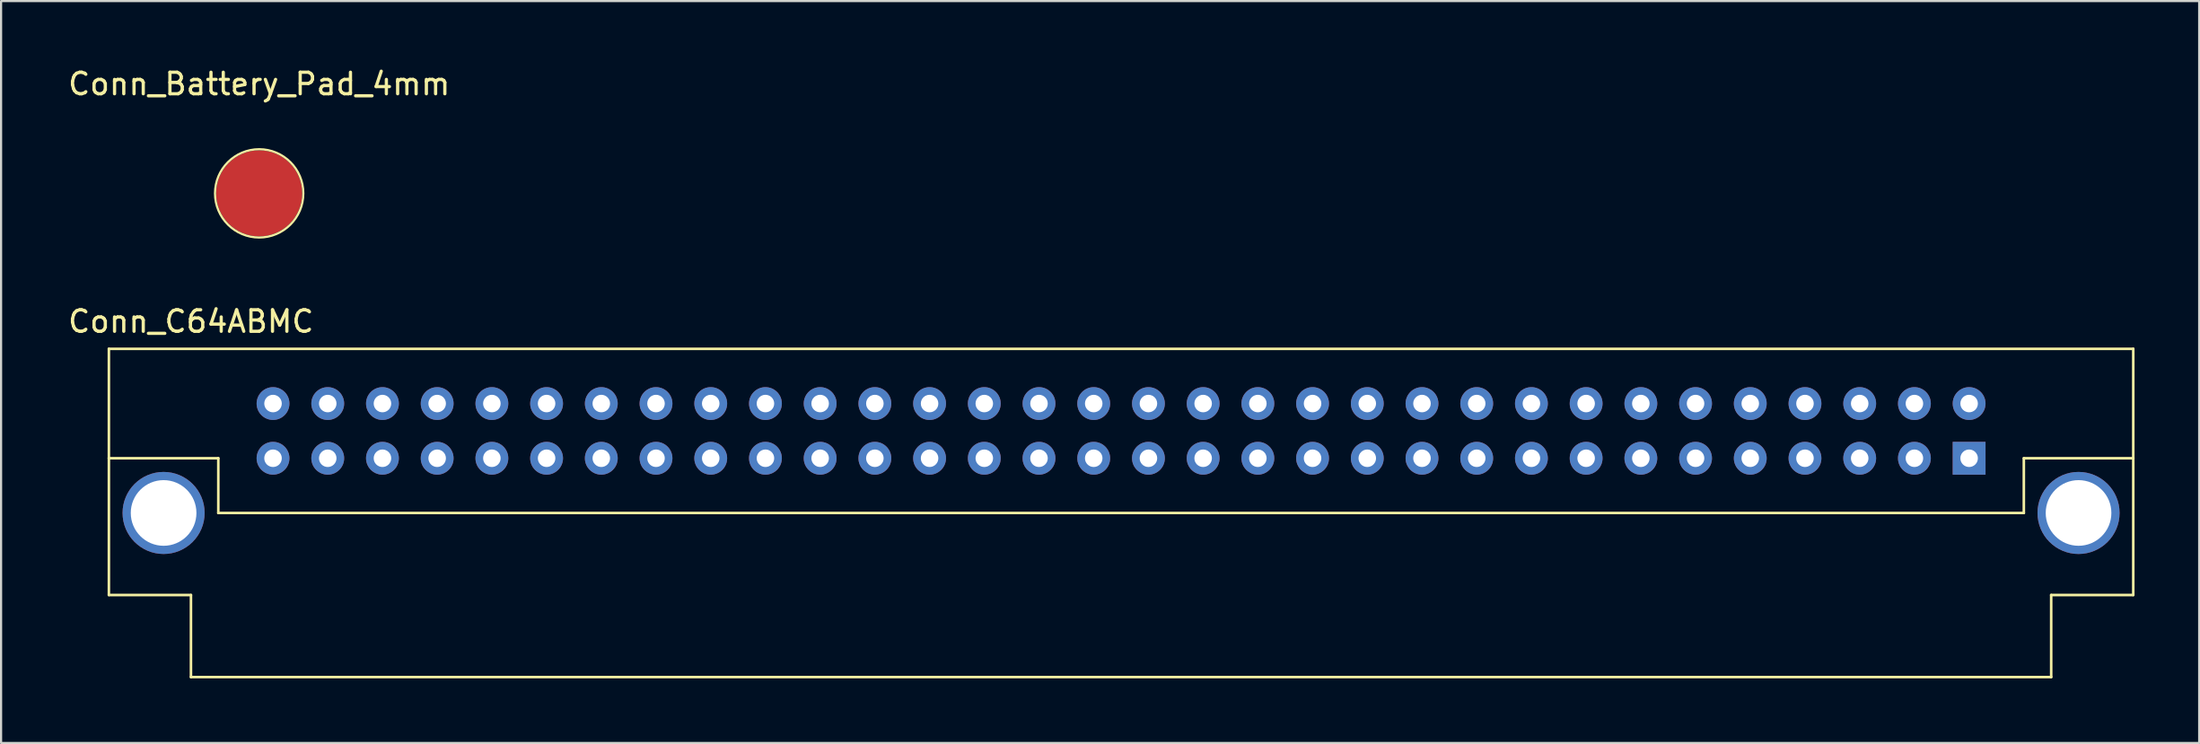
<source format=kicad_pcb>
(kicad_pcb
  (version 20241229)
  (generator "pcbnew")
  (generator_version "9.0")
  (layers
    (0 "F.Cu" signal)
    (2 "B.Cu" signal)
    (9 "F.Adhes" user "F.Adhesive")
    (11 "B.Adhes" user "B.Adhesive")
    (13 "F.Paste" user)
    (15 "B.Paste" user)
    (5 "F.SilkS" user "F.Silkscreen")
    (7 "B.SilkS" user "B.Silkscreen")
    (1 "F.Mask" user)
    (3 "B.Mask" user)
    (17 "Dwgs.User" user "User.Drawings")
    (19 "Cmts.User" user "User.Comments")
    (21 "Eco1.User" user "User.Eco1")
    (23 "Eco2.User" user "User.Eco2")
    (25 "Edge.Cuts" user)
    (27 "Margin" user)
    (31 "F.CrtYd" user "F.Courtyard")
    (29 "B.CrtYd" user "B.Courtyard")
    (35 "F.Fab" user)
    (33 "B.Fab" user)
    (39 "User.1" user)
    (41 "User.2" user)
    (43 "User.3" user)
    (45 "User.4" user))
  (footprint "Conn_Battery_Pad_4mm"
    (layer "F.Cu")
    (at 8.982 5.928)
    (property "Reference" "Conn_Battery_Pad_4mm" (at 0 -5.08 0) (layer "F.SilkS") (effects (font (size 1 1) (thickness 0.15))))
    (attr through_hole)
    (fp_circle (center 0 0) (end -2.05 0) (stroke (width 0.1) (type solid)) (fill no) (layer "F.SilkS"))
    (pad "1" smd circle (at 0 0) (size 4 4) (layers "F.Cu" "F.Mask" "F.Paste")))
  (footprint "Conn_C64ABMC"
    (layer "F.Cu")
    (at 48.995 15.687)
    (property "Reference" "Conn_C64ABMC" (at -43.18 -3.81 0) (layer "F.SilkS") (effects (font (size 1 1) (thickness 0.15))))
    (attr through_hole)
    (fp_line (start -46.99 -2.54) (end -46.99 2.54) (stroke (width 0.12) (type solid)) (layer "F.SilkS"))
    (fp_line (start -46.99 2.54) (end -46.99 8.89) (stroke (width 0.12) (type solid)) (layer "F.SilkS"))
    (fp_line (start -46.99 8.89) (end -43.18 8.89) (stroke (width 0.12) (type solid)) (layer "F.SilkS"))
    (fp_line (start -43.18 8.89) (end -43.18 12.7) (stroke (width 0.12) (type solid)) (layer "F.SilkS"))
    (fp_line (start -43.18 12.7) (end 43.18 12.7) (stroke (width 0.12) (type solid)) (layer "F.SilkS"))
    (fp_line (start -41.91 2.54) (end -46.99 2.54) (stroke (width 0.12) (type solid)) (layer "F.SilkS"))
    (fp_line (start -41.91 5.08) (end -41.91 2.54) (stroke (width 0.12) (type solid)) (layer "F.SilkS"))
    (fp_line (start 41.91 2.54) (end 41.91 5.08) (stroke (width 0.12) (type solid)) (layer "F.SilkS"))
    (fp_line (start 41.91 5.08) (end -41.91 5.08) (stroke (width 0.12) (type solid)) (layer "F.SilkS"))
    (fp_line (start 43.18 8.89) (end 46.99 8.89) (stroke (width 0.12) (type solid)) (layer "F.SilkS"))
    (fp_line (start 43.18 12.7) (end 43.18 8.89) (stroke (width 0.12) (type solid)) (layer "F.SilkS"))
    (fp_line (start 46.99 -2.54) (end -46.99 -2.54) (stroke (width 0.12) (type solid)) (layer "F.SilkS"))
    (fp_line (start 46.99 2.54) (end 41.91 2.54) (stroke (width 0.12) (type solid)) (layer "F.SilkS"))
    (fp_line (start 46.99 2.54) (end 46.99 -2.54) (stroke (width 0.12) (type solid)) (layer "F.SilkS"))
    (fp_line (start 46.99 8.89) (end 46.99 2.54) (stroke (width 0.12) (type solid)) (layer "F.SilkS"))
    (pad "A1" thru_hole rect (at 39.37 2.54) (size 1.524 1.524) (drill 0.813) (layers "*.Cu" "*.Mask"))
    (pad "A2" thru_hole circle (at 36.83 2.54) (size 1.524 1.524) (drill 0.813) (layers "*.Cu" "*.Mask"))
    (pad "A3" thru_hole circle (at 34.29 2.54) (size 1.524 1.524) (drill 0.813) (layers "*.Cu" "*.Mask"))
    (pad "A4" thru_hole circle (at 31.75 2.54) (size 1.524 1.524) (drill 0.813) (layers "*.Cu" "*.Mask"))
    (pad "A5" thru_hole circle (at 29.21 2.54) (size 1.524 1.524) (drill 0.813) (layers "*.Cu" "*.Mask"))
    (pad "A6" thru_hole circle (at 26.67 2.54) (size 1.524 1.524) (drill 0.813) (layers "*.Cu" "*.Mask"))
    (pad "A7" thru_hole circle (at 24.13 2.54) (size 1.524 1.524) (drill 0.813) (layers "*.Cu" "*.Mask"))
    (pad "A8" thru_hole circle (at 21.59 2.54) (size 1.524 1.524) (drill 0.813) (layers "*.Cu" "*.Mask"))
    (pad "A9" thru_hole circle (at 19.05 2.54) (size 1.524 1.524) (drill 0.813) (layers "*.Cu" "*.Mask"))
    (pad "A10" thru_hole circle (at 16.51 2.54) (size 1.524 1.524) (drill 0.813) (layers "*.Cu" "*.Mask"))
    (pad "A11" thru_hole circle (at 13.97 2.54) (size 1.524 1.524) (drill 0.813) (layers "*.Cu" "*.Mask"))
    (pad "A12" thru_hole circle (at 11.43 2.54) (size 1.524 1.524) (drill 0.813) (layers "*.Cu" "*.Mask"))
    (pad "A13" thru_hole circle (at 8.89 2.54) (size 1.524 1.524) (drill 0.813) (layers "*.Cu" "*.Mask"))
    (pad "A14" thru_hole circle (at 6.35 2.54) (size 1.524 1.524) (drill 0.813) (layers "*.Cu" "*.Mask"))
    (pad "A15" thru_hole circle (at 3.81 2.54) (size 1.524 1.524) (drill 0.813) (layers "*.Cu" "*.Mask"))
    (pad "A16" thru_hole circle (at 1.27 2.54) (size 1.524 1.524) (drill 0.813) (layers "*.Cu" "*.Mask"))
    (pad "A17" thru_hole circle (at -1.27 2.54) (size 1.524 1.524) (drill 0.813) (layers "*.Cu" "*.Mask"))
    (pad "A18" thru_hole circle (at -3.81 2.54) (size 1.524 1.524) (drill 0.813) (layers "*.Cu" "*.Mask"))
    (pad "A19" thru_hole circle (at -6.35 2.54) (size 1.524 1.524) (drill 0.813) (layers "*.Cu" "*.Mask"))
    (pad "A20" thru_hole circle (at -8.89 2.54) (size 1.524 1.524) (drill 0.813) (layers "*.Cu" "*.Mask"))
    (pad "A21" thru_hole circle (at -11.43 2.54) (size 1.524 1.524) (drill 0.813) (layers "*.Cu" "*.Mask"))
    (pad "A22" thru_hole circle (at -13.97 2.54) (size 1.524 1.524) (drill 0.813) (layers "*.Cu" "*.Mask"))
    (pad "A23" thru_hole circle (at -16.51 2.54) (size 1.524 1.524) (drill 0.813) (layers "*.Cu" "*.Mask"))
    (pad "A24" thru_hole circle (at -19.05 2.54) (size 1.524 1.524) (drill 0.813) (layers "*.Cu" "*.Mask"))
    (pad "A25" thru_hole circle (at -21.59 2.54) (size 1.524 1.524) (drill 0.813) (layers "*.Cu" "*.Mask"))
    (pad "A26" thru_hole circle (at -24.13 2.54) (size 1.524 1.524) (drill 0.813) (layers "*.Cu" "*.Mask"))
    (pad "A27" thru_hole circle (at -26.67 2.54) (size 1.524 1.524) (drill 0.813) (layers "*.Cu" "*.Mask"))
    (pad "A28" thru_hole circle (at -29.21 2.54) (size 1.524 1.524) (drill 0.813) (layers "*.Cu" "*.Mask"))
    (pad "A29" thru_hole circle (at -31.75 2.54) (size 1.524 1.524) (drill 0.813) (layers "*.Cu" "*.Mask"))
    (pad "A30" thru_hole circle (at -34.29 2.54) (size 1.524 1.524) (drill 0.813) (layers "*.Cu" "*.Mask"))
    (pad "A31" thru_hole circle (at -36.83 2.54) (size 1.524 1.524) (drill 0.813) (layers "*.Cu" "*.Mask"))
    (pad "A32" thru_hole circle (at -39.37 2.54) (size 1.524 1.524) (drill 0.813) (layers "*.Cu" "*.Mask"))
    (pad "B1" thru_hole circle (at 39.37 0) (size 1.524 1.524) (drill 0.813) (layers "*.Cu" "*.Mask"))
    (pad "B2" thru_hole circle (at 36.83 0) (size 1.524 1.524) (drill 0.813) (layers "*.Cu" "*.Mask"))
    (pad "B3" thru_hole circle (at 34.29 0) (size 1.524 1.524) (drill 0.813) (layers "*.Cu" "*.Mask"))
    (pad "B4" thru_hole circle (at 31.75 0) (size 1.524 1.524) (drill 0.813) (layers "*.Cu" "*.Mask"))
    (pad "B5" thru_hole circle (at 29.21 0) (size 1.524 1.524) (drill 0.813) (layers "*.Cu" "*.Mask"))
    (pad "B6" thru_hole circle (at 26.67 0) (size 1.524 1.524) (drill 0.813) (layers "*.Cu" "*.Mask"))
    (pad "B7" thru_hole circle (at 24.13 0) (size 1.524 1.524) (drill 0.813) (layers "*.Cu" "*.Mask"))
    (pad "B8" thru_hole circle (at 21.59 0) (size 1.524 1.524) (drill 0.813) (layers "*.Cu" "*.Mask"))
    (pad "B9" thru_hole circle (at 19.05 0) (size 1.524 1.524) (drill 0.813) (layers "*.Cu" "*.Mask"))
    (pad "B10" thru_hole circle (at 16.51 0) (size 1.524 1.524) (drill 0.813) (layers "*.Cu" "*.Mask"))
    (pad "B11" thru_hole circle (at 13.97 0) (size 1.524 1.524) (drill 0.813) (layers "*.Cu" "*.Mask"))
    (pad "B12" thru_hole circle (at 11.43 0) (size 1.524 1.524) (drill 0.813) (layers "*.Cu" "*.Mask"))
    (pad "B13" thru_hole circle (at 8.89 0) (size 1.524 1.524) (drill 0.813) (layers "*.Cu" "*.Mask"))
    (pad "B14" thru_hole circle (at 6.35 0) (size 1.524 1.524) (drill 0.813) (layers "*.Cu" "*.Mask"))
    (pad "B15" thru_hole circle (at 3.81 0) (size 1.524 1.524) (drill 0.813) (layers "*.Cu" "*.Mask"))
    (pad "B16" thru_hole circle (at 1.27 0) (size 1.524 1.524) (drill 0.813) (layers "*.Cu" "*.Mask"))
    (pad "B17" thru_hole circle (at -1.27 0) (size 1.524 1.524) (drill 0.813) (layers "*.Cu" "*.Mask"))
    (pad "B18" thru_hole circle (at -3.81 0) (size 1.524 1.524) (drill 0.813) (layers "*.Cu" "*.Mask"))
    (pad "B19" thru_hole circle (at -6.35 0) (size 1.524 1.524) (drill 0.813) (layers "*.Cu" "*.Mask"))
    (pad "B20" thru_hole circle (at -8.89 0) (size 1.524 1.524) (drill 0.813) (layers "*.Cu" "*.Mask"))
    (pad "B21" thru_hole circle (at -11.43 0) (size 1.524 1.524) (drill 0.813) (layers "*.Cu" "*.Mask"))
    (pad "B22" thru_hole circle (at -13.97 0) (size 1.524 1.524) (drill 0.813) (layers "*.Cu" "*.Mask"))
    (pad "B23" thru_hole circle (at -16.51 0) (size 1.524 1.524) (drill 0.813) (layers "*.Cu" "*.Mask"))
    (pad "B24" thru_hole circle (at -19.05 0) (size 1.524 1.524) (drill 0.813) (layers "*.Cu" "*.Mask"))
    (pad "B25" thru_hole circle (at -21.59 0) (size 1.524 1.524) (drill 0.813) (layers "*.Cu" "*.Mask"))
    (pad "B26" thru_hole circle (at -24.13 0) (size 1.524 1.524) (drill 0.813) (layers "*.Cu" "*.Mask"))
    (pad "B27" thru_hole circle (at -26.67 0) (size 1.524 1.524) (drill 0.813) (layers "*.Cu" "*.Mask"))
    (pad "B28" thru_hole circle (at -29.21 0) (size 1.524 1.524) (drill 0.813) (layers "*.Cu" "*.Mask"))
    (pad "B29" thru_hole circle (at -31.75 0) (size 1.524 1.524) (drill 0.813) (layers "*.Cu" "*.Mask"))
    (pad "B30" thru_hole circle (at -34.29 0) (size 1.524 1.524) (drill 0.813) (layers "*.Cu" "*.Mask"))
    (pad "B31" thru_hole circle (at -36.83 0) (size 1.524 1.524) (drill 0.813) (layers "*.Cu" "*.Mask"))
    (pad "B32" thru_hole circle (at -39.37 0) (size 1.524 1.524) (drill 0.813) (layers "*.Cu" "*.Mask"))
    (pad "HOLE" thru_hole circle (at -44.45 5.08) (size 3.81 3.81) (drill 3.048) (layers "*.Cu" "*.Mask"))
    (pad "HOLE" thru_hole circle (at 44.45 5.08) (size 3.81 3.81) (drill 3.048) (layers "*.Cu" "*.Mask")))
  (gr_rect
    (start -3 -3)
    (end 99.045 31.447)
    (stroke (width 0.1) (type default))
    (fill no)
    (layer "Edge.Cuts")))
</source>
